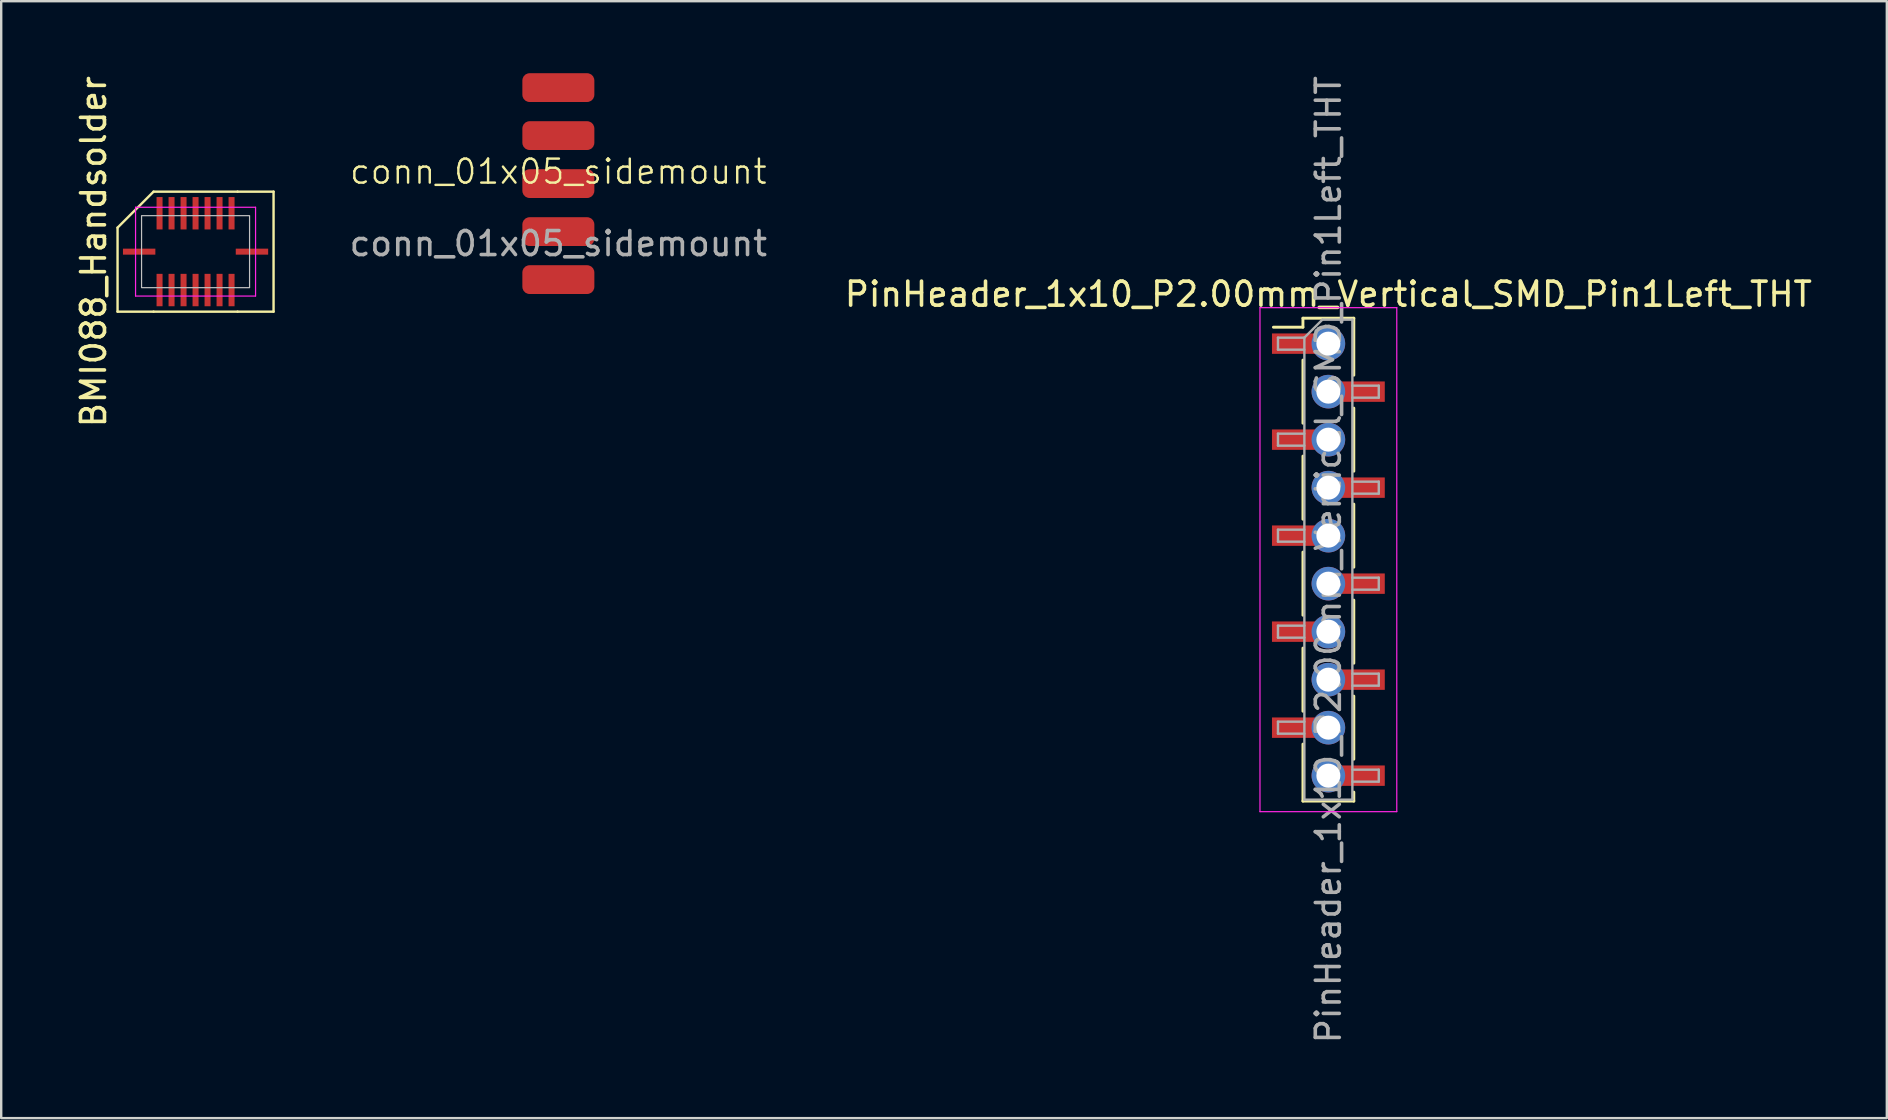
<source format=kicad_pcb>
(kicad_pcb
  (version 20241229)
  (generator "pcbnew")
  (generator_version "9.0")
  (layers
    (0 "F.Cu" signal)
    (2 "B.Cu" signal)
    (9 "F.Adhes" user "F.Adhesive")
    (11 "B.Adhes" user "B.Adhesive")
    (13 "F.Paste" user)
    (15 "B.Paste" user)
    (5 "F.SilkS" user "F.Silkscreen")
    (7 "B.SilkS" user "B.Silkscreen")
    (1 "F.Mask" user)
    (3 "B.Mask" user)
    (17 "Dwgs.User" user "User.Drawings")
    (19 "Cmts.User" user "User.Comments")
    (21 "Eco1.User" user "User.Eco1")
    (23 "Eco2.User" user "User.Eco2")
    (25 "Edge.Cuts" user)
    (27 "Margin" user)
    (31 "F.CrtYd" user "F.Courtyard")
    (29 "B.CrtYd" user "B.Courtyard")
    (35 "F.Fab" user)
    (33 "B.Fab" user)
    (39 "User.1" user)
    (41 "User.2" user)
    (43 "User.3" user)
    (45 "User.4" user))
  (footprint "BMI088_Handsolder"
    (layer "F.Cu")
    (at 5.098 7.435)
    (property "Reference" "BMI088_Handsolder" (at -4.25 0 90) (layer "F.SilkS") (effects (font (size 1 1) (thickness 0.15))))
    (attr smd)
    (fp_line (start -3.25 -1) (end -1.75 -2.5) (stroke (width 0.1) (type default)) (layer "F.SilkS"))
    (fp_line (start -3.25 2.5) (end -3.25 -1) (stroke (width 0.1) (type default)) (layer "F.SilkS"))
    (fp_line (start -1.75 -2.5) (end 1.75 -2.5) (stroke (width 0.1) (type default)) (layer "F.SilkS"))
    (fp_line (start -1.75 2.5) (end -3.25 2.5) (stroke (width 0.1) (type default)) (layer "F.SilkS"))
    (fp_line (start 1.75 2.5) (end -1.75 2.5) (stroke (width 0.1) (type default)) (layer "F.SilkS"))
    (fp_line (start 1.75 2.5) (end 3.25 2.5) (stroke (width 0.1) (type default)) (layer "F.SilkS"))
    (fp_line (start 3.25 -2.5) (end 1.75 -2.5) (stroke (width 0.1) (type default)) (layer "F.SilkS"))
    (fp_line (start 3.25 2.5) (end 3.25 -2.5) (stroke (width 0.1) (type default)) (layer "F.SilkS"))
    (fp_rect (start -2.25 -1.5) (end 2.25 1.5) (stroke (width 0.05) (type default)) (fill no) (layer "Dwgs.User"))
    (fp_line (start -2.5 -1.85) (end 2.5 -1.85) (stroke (width 0.05) (type default)) (layer "F.CrtYd"))
    (fp_line (start -2.5 1.85) (end -2.5 -1.85) (stroke (width 0.05) (type default)) (layer "F.CrtYd"))
    (fp_line (start 2.5 -1.85) (end 2.5 1.85) (stroke (width 0.05) (type default)) (layer "F.CrtYd"))
    (fp_line (start 2.5 1.85) (end -2.5 1.85) (stroke (width 0.05) (type default)) (layer "F.CrtYd"))
    (pad "1" smd rect (at -1.5 -1.6) (size 0.25 1.35) (layers "F.Cu" "F.Mask" "F.Paste"))
    (pad "2" smd rect (at -1 -1.6) (size 0.25 1.35) (layers "F.Cu" "F.Mask" "F.Paste"))
    (pad "3" smd rect (at -0.5 -1.6) (size 0.25 1.35) (layers "F.Cu" "F.Mask" "F.Paste"))
    (pad "4" smd rect (at 0 -1.6) (size 0.25 1.35) (layers "F.Cu" "F.Mask" "F.Paste"))
    (pad "5" smd rect (at 0.5 -1.6) (size 0.25 1.35) (layers "F.Cu" "F.Mask" "F.Paste"))
    (pad "6" smd rect (at 1 -1.6) (size 0.25 1.35) (layers "F.Cu" "F.Mask" "F.Paste"))
    (pad "7" smd rect (at 1.5 -1.6) (size 0.25 1.35) (layers "F.Cu" "F.Mask" "F.Paste"))
    (pad "8" smd rect (at 2.35 0) (size 1.35 0.25) (layers "F.Cu" "F.Mask" "F.Paste"))
    (pad "9" smd rect (at 1.5 1.6) (size 0.25 1.35) (layers "F.Cu" "F.Mask" "F.Paste"))
    (pad "10" smd rect (at 1 1.6) (size 0.25 1.35) (layers "F.Cu" "F.Mask" "F.Paste"))
    (pad "11" smd rect (at 0.5 1.6) (size 0.25 1.35) (layers "F.Cu" "F.Mask" "F.Paste"))
    (pad "12" smd rect (at 0 1.6) (size 0.25 1.35) (layers "F.Cu" "F.Mask" "F.Paste"))
    (pad "13" smd rect (at -0.5 1.6) (size 0.25 1.35) (layers "F.Cu" "F.Mask" "F.Paste"))
    (pad "14" smd rect (at -1 1.6) (size 0.25 1.35) (layers "F.Cu" "F.Mask" "F.Paste"))
    (pad "15" smd rect (at -1.5 1.6) (size 0.25 1.35) (layers "F.Cu" "F.Mask" "F.Paste"))
    (pad "16" smd rect (at -2.35 0) (size 1.35 0.25) (layers "F.Cu" "F.Mask" "F.Paste")))
  (footprint "conn_01x05_sidemount"
    (layer "F.Cu")
    (at 20.214 4.6)
    (property "Reference" "conn_01x05_sidemount" (at 0 -0.5 0) (unlocked yes) (layer "F.SilkS") (effects (font (size 1 1) (thickness 0.1))))
    (attr smd)
    (fp_text user "${REFERENCE}" (at 0 2.5 0) (unlocked yes) (layer "F.Fab") (effects (font (size 1 1) (thickness 0.15))))
    (pad "1" smd roundrect (at 0 -4) (size 3 1.2) (layers "F.Cu" "F.Mask" "F.Paste") (roundrect_rratio 0.25))
    (pad "2" smd roundrect (at 0 -2) (size 3 1.2) (layers "F.Cu" "F.Mask" "F.Paste") (roundrect_rratio 0.25))
    (pad "3" smd roundrect (at 0 0) (size 3 1.2) (layers "F.Cu" "F.Mask" "F.Paste") (roundrect_rratio 0.25))
    (pad "4" smd roundrect (at 0 2) (size 3 1.2) (layers "F.Cu" "F.Mask" "F.Paste") (roundrect_rratio 0.25))
    (pad "5" smd roundrect (at 0 4) (size 3 1.2) (layers "F.Cu" "F.Mask" "F.Paste") (roundrect_rratio 0.25)))
  (footprint "PinHeader_1x10_P2.00mm_Vertical_SMD_Pin1Left_THT"
    (layer "F.Cu")
    (at 52.297 20.268)
    (property "Reference" "PinHeader_1x10_P2.00mm_Vertical_SMD_Pin1Left_THT" (at 0 -11.06 0) (layer "F.SilkS") (effects (font (size 1 1) (thickness 0.15))))
    (attr smd)
    (fp_line (start -1.06 -10.06) (end -1.06 -9.685) (stroke (width 0.12) (type solid)) (layer "F.SilkS"))
    (fp_line (start -1.06 -10.06) (end 1.06 -10.06) (stroke (width 0.12) (type solid)) (layer "F.SilkS"))
    (fp_line (start -1.06 -9.685) (end -2.29 -9.685) (stroke (width 0.12) (type solid)) (layer "F.SilkS"))
    (fp_line (start -1.06 -8.315) (end -1.06 -5.685) (stroke (width 0.12) (type solid)) (layer "F.SilkS"))
    (fp_line (start -1.06 -4.315) (end -1.06 -1.685) (stroke (width 0.12) (type solid)) (layer "F.SilkS"))
    (fp_line (start -1.06 -0.315) (end -1.06 2.315) (stroke (width 0.12) (type solid)) (layer "F.SilkS"))
    (fp_line (start -1.06 3.685) (end -1.06 6.315) (stroke (width 0.12) (type solid)) (layer "F.SilkS"))
    (fp_line (start -1.06 7.685) (end -1.06 10.06) (stroke (width 0.12) (type solid)) (layer "F.SilkS"))
    (fp_line (start -1.06 10.06) (end 1.06 10.06) (stroke (width 0.12) (type solid)) (layer "F.SilkS"))
    (fp_line (start 1.06 -10.06) (end 1.06 -7.685) (stroke (width 0.12) (type solid)) (layer "F.SilkS"))
    (fp_line (start 1.06 -6.315) (end 1.06 -3.685) (stroke (width 0.12) (type solid)) (layer "F.SilkS"))
    (fp_line (start 1.06 -2.315) (end 1.06 0.315) (stroke (width 0.12) (type solid)) (layer "F.SilkS"))
    (fp_line (start 1.06 1.685) (end 1.06 4.315) (stroke (width 0.12) (type solid)) (layer "F.SilkS"))
    (fp_line (start 1.06 5.685) (end 1.06 8.315) (stroke (width 0.12) (type solid)) (layer "F.SilkS"))
    (fp_line (start 1.06 9.685) (end 1.06 10.06) (stroke (width 0.12) (type solid)) (layer "F.SilkS"))
    (fp_line (start -2.85 -10.5) (end -2.85 10.5) (stroke (width 0.05) (type solid)) (layer "F.CrtYd"))
    (fp_line (start -2.85 10.5) (end 2.85 10.5) (stroke (width 0.05) (type solid)) (layer "F.CrtYd"))
    (fp_line (start 2.85 -10.5) (end -2.85 -10.5) (stroke (width 0.05) (type solid)) (layer "F.CrtYd"))
    (fp_line (start 2.85 10.5) (end 2.85 -10.5) (stroke (width 0.05) (type solid)) (layer "F.CrtYd"))
    (fp_line (start -2.1 -9.25) (end -2.1 -8.75) (stroke (width 0.1) (type solid)) (layer "F.Fab"))
    (fp_line (start -2.1 -8.75) (end -1 -8.75) (stroke (width 0.1) (type solid)) (layer "F.Fab"))
    (fp_line (start -2.1 -5.25) (end -2.1 -4.75) (stroke (width 0.1) (type solid)) (layer "F.Fab"))
    (fp_line (start -2.1 -4.75) (end -1 -4.75) (stroke (width 0.1) (type solid)) (layer "F.Fab"))
    (fp_line (start -2.1 -1.25) (end -2.1 -0.75) (stroke (width 0.1) (type solid)) (layer "F.Fab"))
    (fp_line (start -2.1 -0.75) (end -1 -0.75) (stroke (width 0.1) (type solid)) (layer "F.Fab"))
    (fp_line (start -2.1 2.75) (end -2.1 3.25) (stroke (width 0.1) (type solid)) (layer "F.Fab"))
    (fp_line (start -2.1 3.25) (end -1 3.25) (stroke (width 0.1) (type solid)) (layer "F.Fab"))
    (fp_line (start -2.1 6.75) (end -2.1 7.25) (stroke (width 0.1) (type solid)) (layer "F.Fab"))
    (fp_line (start -2.1 7.25) (end -1 7.25) (stroke (width 0.1) (type solid)) (layer "F.Fab"))
    (fp_line (start -1 -9.25) (end -2.1 -9.25) (stroke (width 0.1) (type solid)) (layer "F.Fab"))
    (fp_line (start -1 -9.25) (end -0.25 -10) (stroke (width 0.1) (type solid)) (layer "F.Fab"))
    (fp_line (start -1 -5.25) (end -2.1 -5.25) (stroke (width 0.1) (type solid)) (layer "F.Fab"))
    (fp_line (start -1 -1.25) (end -2.1 -1.25) (stroke (width 0.1) (type solid)) (layer "F.Fab"))
    (fp_line (start -1 2.75) (end -2.1 2.75) (stroke (width 0.1) (type solid)) (layer "F.Fab"))
    (fp_line (start -1 6.75) (end -2.1 6.75) (stroke (width 0.1) (type solid)) (layer "F.Fab"))
    (fp_line (start -1 10) (end -1 -9.25) (stroke (width 0.1) (type solid)) (layer "F.Fab"))
    (fp_line (start -0.25 -10) (end 1 -10) (stroke (width 0.1) (type solid)) (layer "F.Fab"))
    (fp_line (start 1 -10) (end 1 10) (stroke (width 0.1) (type solid)) (layer "F.Fab"))
    (fp_line (start 1 -7.25) (end 2.1 -7.25) (stroke (width 0.1) (type solid)) (layer "F.Fab"))
    (fp_line (start 1 -3.25) (end 2.1 -3.25) (stroke (width 0.1) (type solid)) (layer "F.Fab"))
    (fp_line (start 1 0.75) (end 2.1 0.75) (stroke (width 0.1) (type solid)) (layer "F.Fab"))
    (fp_line (start 1 4.75) (end 2.1 4.75) (stroke (width 0.1) (type solid)) (layer "F.Fab"))
    (fp_line (start 1 8.75) (end 2.1 8.75) (stroke (width 0.1) (type solid)) (layer "F.Fab"))
    (fp_line (start 1 10) (end -1 10) (stroke (width 0.1) (type solid)) (layer "F.Fab"))
    (fp_line (start 2.1 -7.25) (end 2.1 -6.75) (stroke (width 0.1) (type solid)) (layer "F.Fab"))
    (fp_line (start 2.1 -6.75) (end 1 -6.75) (stroke (width 0.1) (type solid)) (layer "F.Fab"))
    (fp_line (start 2.1 -3.25) (end 2.1 -2.75) (stroke (width 0.1) (type solid)) (layer "F.Fab"))
    (fp_line (start 2.1 -2.75) (end 1 -2.75) (stroke (width 0.1) (type solid)) (layer "F.Fab"))
    (fp_line (start 2.1 0.75) (end 2.1 1.25) (stroke (width 0.1) (type solid)) (layer "F.Fab"))
    (fp_line (start 2.1 1.25) (end 1 1.25) (stroke (width 0.1) (type solid)) (layer "F.Fab"))
    (fp_line (start 2.1 4.75) (end 2.1 5.25) (stroke (width 0.1) (type solid)) (layer "F.Fab"))
    (fp_line (start 2.1 5.25) (end 1 5.25) (stroke (width 0.1) (type solid)) (layer "F.Fab"))
    (fp_line (start 2.1 8.75) (end 2.1 9.25) (stroke (width 0.1) (type solid)) (layer "F.Fab"))
    (fp_line (start 2.1 9.25) (end 1 9.25) (stroke (width 0.1) (type solid)) (layer "F.Fab"))
    (fp_text user "${REFERENCE}" (at 0 0 90) (layer "F.Fab") (effects (font (size 1 1) (thickness 0.15))))
    (pad "1" smd rect (at -1.175 -9) (size 2.35 0.85) (layers "F.Cu" "F.Mask" "F.Paste"))
    (pad "1" thru_hole circle (at 0 -9) (size 1.4 1.4) (drill 1) (layers "*.Cu" "*.Mask"))
    (pad "2" thru_hole circle (at 0 -7) (size 1.4 1.4) (drill 1) (layers "*.Cu" "*.Mask"))
    (pad "2" smd rect (at 1.175 -7) (size 2.35 0.85) (layers "F.Cu" "F.Mask" "F.Paste"))
    (pad "3" smd rect (at -1.175 -5) (size 2.35 0.85) (layers "F.Cu" "F.Mask" "F.Paste"))
    (pad "3" thru_hole circle (at 0 -5) (size 1.4 1.4) (drill 1) (layers "*.Cu" "*.Mask"))
    (pad "4" thru_hole circle (at 0 -3) (size 1.4 1.4) (drill 1) (layers "*.Cu" "*.Mask"))
    (pad "4" smd rect (at 1.175 -3) (size 2.35 0.85) (layers "F.Cu" "F.Mask" "F.Paste"))
    (pad "5" smd rect (at -1.175 -1) (size 2.35 0.85) (layers "F.Cu" "F.Mask" "F.Paste"))
    (pad "5" thru_hole circle (at 0 -1) (size 1.4 1.4) (drill 1) (layers "*.Cu" "*.Mask"))
    (pad "6" thru_hole circle (at 0 1) (size 1.4 1.4) (drill 1) (layers "*.Cu" "*.Mask"))
    (pad "6" smd rect (at 1.175 1) (size 2.35 0.85) (layers "F.Cu" "F.Mask" "F.Paste"))
    (pad "7" smd rect (at -1.175 3) (size 2.35 0.85) (layers "F.Cu" "F.Mask" "F.Paste"))
    (pad "7" thru_hole circle (at 0 3) (size 1.4 1.4) (drill 1) (layers "*.Cu" "*.Mask"))
    (pad "8" thru_hole circle (at 0 5) (size 1.4 1.4) (drill 1) (layers "*.Cu" "*.Mask"))
    (pad "8" smd rect (at 1.175 5) (size 2.35 0.85) (layers "F.Cu" "F.Mask" "F.Paste"))
    (pad "9" smd rect (at -1.175 7) (size 2.35 0.85) (layers "F.Cu" "F.Mask" "F.Paste"))
    (pad "9" thru_hole circle (at 0 7) (size 1.4 1.4) (drill 1) (layers "*.Cu" "*.Mask"))
    (pad "10" thru_hole circle (at 0 9) (size 1.4 1.4) (drill 1) (layers "*.Cu" "*.Mask"))
    (pad "10" smd rect (at 1.175 9) (size 2.35 0.85) (layers "F.Cu" "F.Mask" "F.Paste")))
  (gr_rect
    (start -3 -3)
    (end 75.565 43.536)
    (stroke (width 0.1) (type default))
    (fill no)
    (layer "Edge.Cuts")))
</source>
